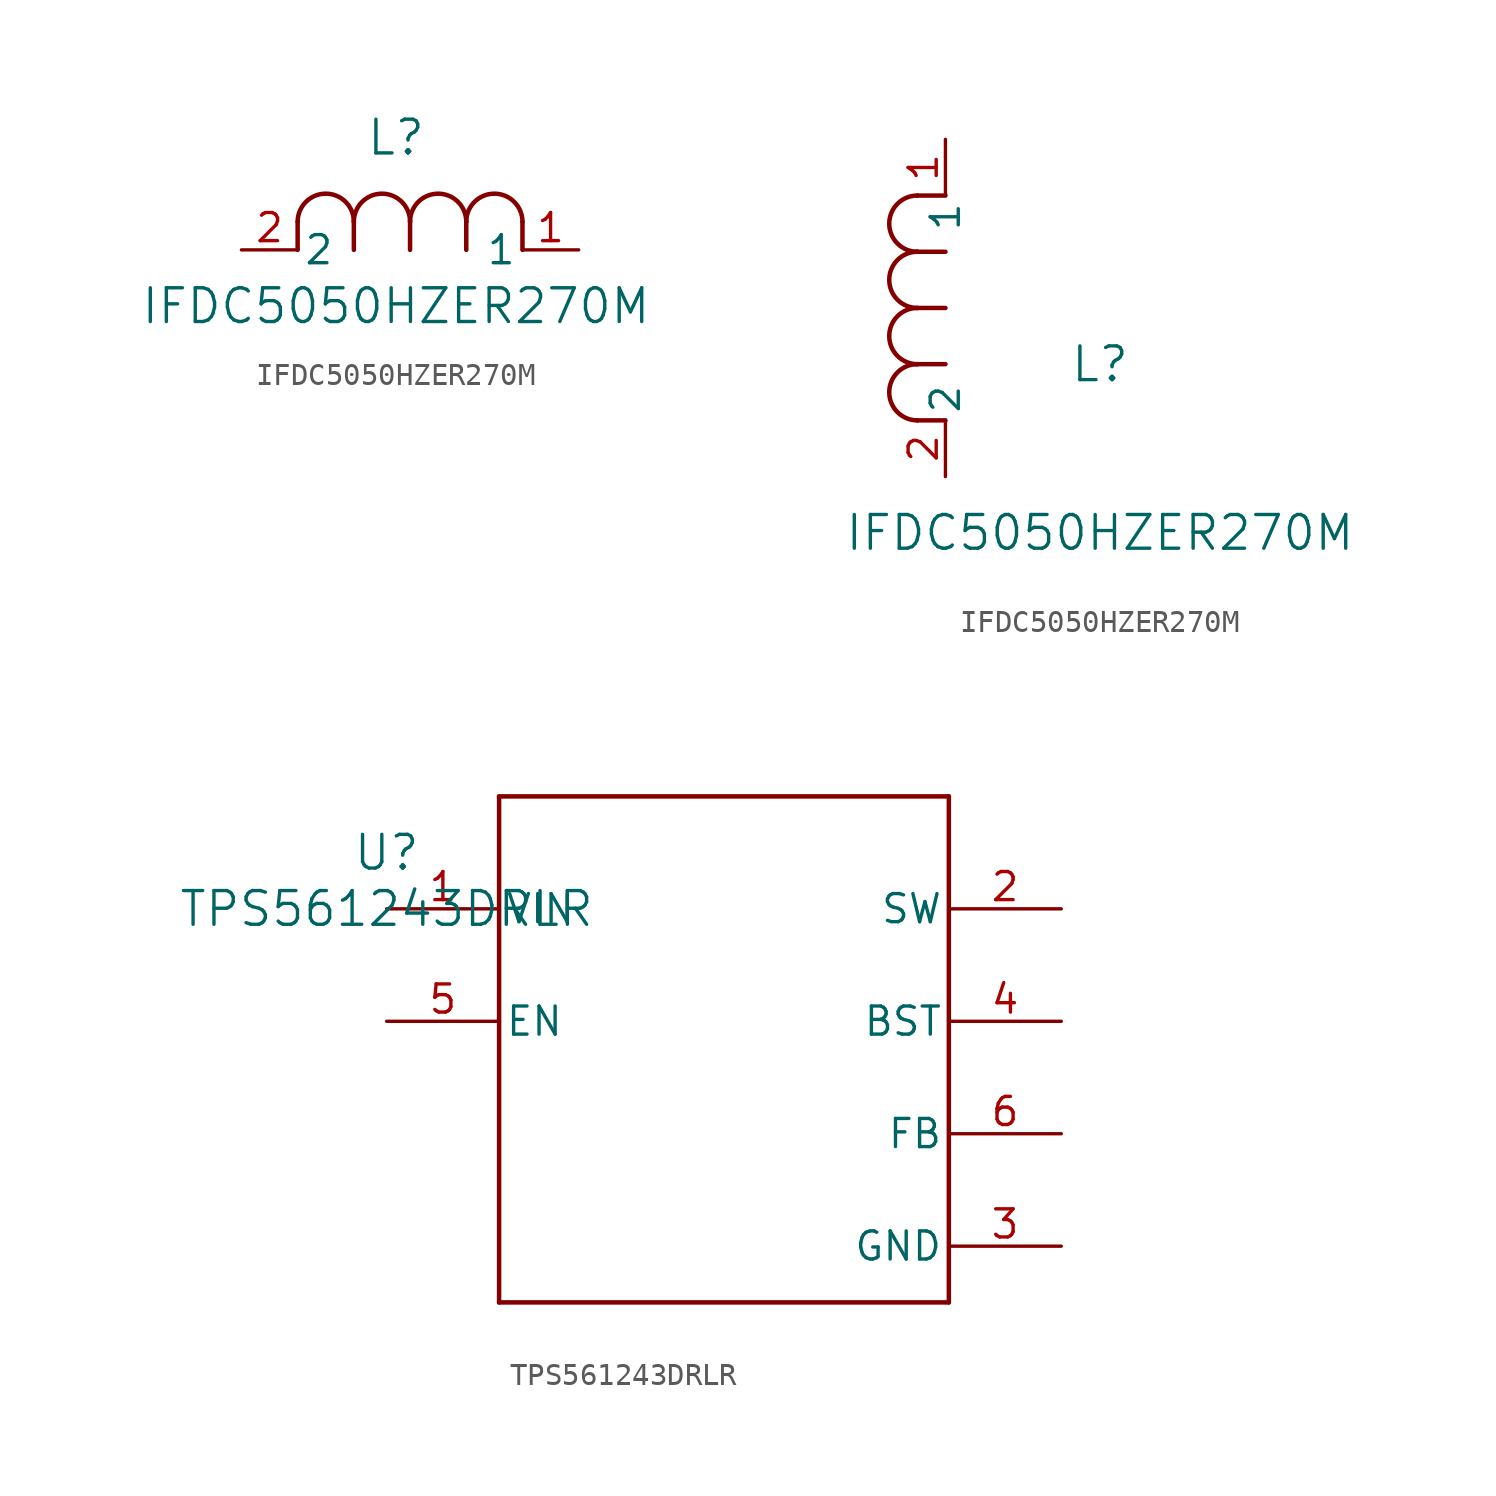
<source format=kicad_sym>
(kicad_symbol_lib
  (version 20231120)
  (generator "kicad_symbol_editor")
  (generator_version "8.0")
  (symbol "IFDC5050HZER270M"
    (pin_names
      (offset 0.254))
    (property "Reference" "L"
      (at 6.985 5.08 0)
      (effects (font (size 1.524 1.524))))
    (property "Value" "IFDC5050HZER270M"
      (at 6.985 -2.54 0)
      (effects (font (size 1.524 1.524))))
    (property "ki_locked" ""
      (at 0 0 0)
      (effects (font (size 1.27 1.27))))
    (symbol "IFDC5050HZER270M_1_1"
      (polyline (pts (xy 2.54 0) (xy 2.54 1.27)) (stroke (width 0.203) (type default)) (fill (type none)))
      (polyline (pts (xy 5.08 0) (xy 5.08 1.27)) (stroke (width 0.203) (type default)) (fill (type none)))
      (polyline (pts (xy 7.62 0) (xy 7.62 1.27)) (stroke (width 0.203) (type default)) (fill (type none)))
      (polyline (pts (xy 10.16 0) (xy 10.16 1.27)) (stroke (width 0.203) (type default)) (fill (type none)))
      (polyline (pts (xy 12.7 0) (xy 12.7 1.27)) (stroke (width 0.203) (type default)) (fill (type none)))
      (arc (start 5.08 1.27) (mid 3.81 2.5344) (end 2.54 1.27) (stroke (width 0.2032) (type default)) (fill (type none)))
      (arc (start 7.62 1.27) (mid 6.35 2.5344) (end 5.08 1.27) (stroke (width 0.2032) (type default)) (fill (type none)))
      (arc (start 10.16 1.27) (mid 8.89 2.5344) (end 7.62 1.27) (stroke (width 0.2032) (type default)) (fill (type none)))
      (arc (start 12.7 1.27) (mid 11.43 2.5344) (end 10.16 1.27) (stroke (width 0.2032) (type default)) (fill (type none)))
      (pin unspecified line (at 15.24 0 180) (length 2.54) (name "1" (effects (font (size 1.27 1.27)))) (number "1" (effects (font (size 1.27 1.27)))))
      (pin unspecified line (at 0 0 0) (length 2.54) (name "2" (effects (font (size 1.27 1.27)))) (number "2" (effects (font (size 1.27 1.27))))))
    (symbol "IFDC5050HZER270M_1_2"
      (arc (start -1.27 5.08) (mid -2.5344 3.81) (end -1.27 2.54) (stroke (width 0.2032) (type default)) (fill (type none)))
      (arc (start -1.27 7.62) (mid -2.5344 6.35) (end -1.27 5.08) (stroke (width 0.2032) (type default)) (fill (type none)))
      (arc (start -1.27 10.16) (mid -2.5344 8.89) (end -1.27 7.62) (stroke (width 0.2032) (type default)) (fill (type none)))
      (arc (start -1.27 12.7) (mid -2.5344 11.43) (end -1.27 10.16) (stroke (width 0.2032) (type default)) (fill (type none)))
      (polyline (pts (xy 0 2.54) (xy -1.27 2.54)) (stroke (width 0.203) (type default)) (fill (type none)))
      (polyline (pts (xy 0 5.08) (xy -1.27 5.08)) (stroke (width 0.203) (type default)) (fill (type none)))
      (polyline (pts (xy 0 7.62) (xy -1.27 7.62)) (stroke (width 0.203) (type default)) (fill (type none)))
      (polyline (pts (xy 0 10.16) (xy -1.27 10.16)) (stroke (width 0.203) (type default)) (fill (type none)))
      (polyline (pts (xy 0 12.7) (xy -1.27 12.7)) (stroke (width 0.203) (type default)) (fill (type none)))
      (pin unspecified line (at 0 15.24 270) (length 2.54) (name "1" (effects (font (size 1.27 1.27)))) (number "1" (effects (font (size 1.27 1.27)))))
      (pin unspecified line (at 0 0 90) (length 2.54) (name "2" (effects (font (size 1.27 1.27)))) (number "2" (effects (font (size 1.27 1.27)))))))
  (symbol "TPS561243DRLR"
    (pin_names
      (offset 0.254))
    (property "Reference" "U"
      (at 0 2.54 0)
      (effects (font (size 1.524 1.524))))
    (property "Value" "TPS561243DRLR"
      (at 0 0 0)
      (effects (font (size 1.524 1.524))))
    (symbol "TPS561243DRLR_0_1"
      (polyline (pts (xy 5.08 -17.78) (xy 25.4 -17.78)) (stroke (width 0.203) (type default)) (fill (type none)))
      (polyline (pts (xy 5.08 5.08) (xy 5.08 -17.78)) (stroke (width 0.203) (type default)) (fill (type none)))
      (polyline (pts (xy 25.4 -17.78) (xy 25.4 5.08)) (stroke (width 0.203) (type default)) (fill (type none)))
      (polyline (pts (xy 25.4 5.08) (xy 5.08 5.08)) (stroke (width 0.203) (type default)) (fill (type none)))
      (pin power_in line (at 0 0 0) (length 5.08) (name "VIN" (effects (font (size 1.27 1.27)))) (number "1" (effects (font (size 1.27 1.27)))))
      (pin unspecified line (at 30.48 0 180) (length 5.08) (name "SW" (effects (font (size 1.27 1.27)))) (number "2" (effects (font (size 1.27 1.27)))))
      (pin power_in line (at 30.48 -15.24 180) (length 5.08) (name "GND" (effects (font (size 1.27 1.27)))) (number "3" (effects (font (size 1.27 1.27)))))
      (pin unspecified line (at 30.48 -5.08 180) (length 5.08) (name "BST" (effects (font (size 1.27 1.27)))) (number "4" (effects (font (size 1.27 1.27)))))
      (pin input line (at 0 -5.08 0) (length 5.08) (name "EN" (effects (font (size 1.27 1.27)))) (number "5" (effects (font (size 1.27 1.27)))))
      (pin unspecified line (at 30.48 -10.16 180) (length 5.08) (name "FB" (effects (font (size 1.27 1.27)))) (number "6" (effects (font (size 1.27 1.27))))))))
</source>
